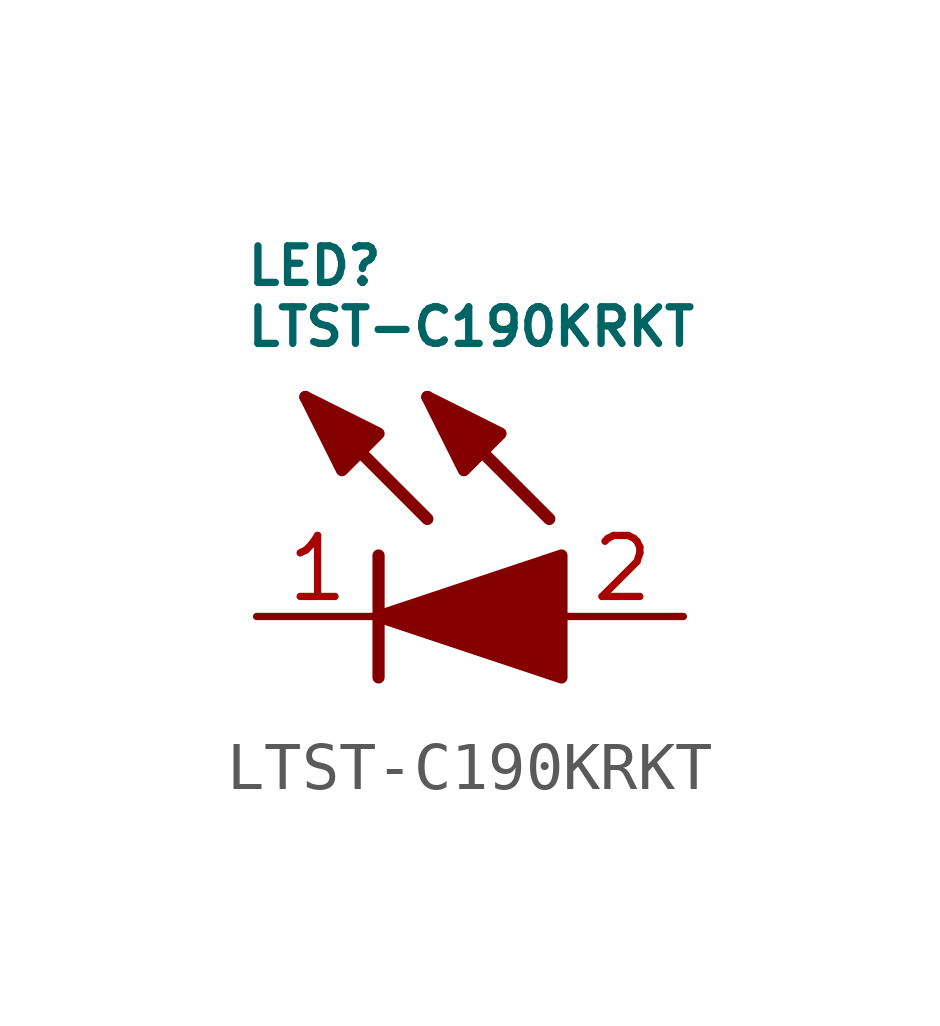
<source format=kicad_sym>
(kicad_symbol_lib
  (version 20231120)
  (generator "kicad_symbol_editor")
  (generator_version "8.0")
  (symbol "LTST-C190KRKT"
    (pin_names hide)
    (property "Reference" "LED"
      (at -0.254 6.858 0)
      (effects (font (size 0.762 0.762)) (justify left bottom)))
    (property "Value" "LTST-C190KRKT"
      (at -0.254 5.588 0)
      (effects (font (size 0.762 0.762)) (justify left bottom)))
    (symbol "LTST-C190KRKT_1_1"
      (polyline (pts (xy 2.54 1.27) (xy 2.54 -1.27)) (stroke (width 0.254) (type default)) (fill (type none)))
      (polyline (pts (xy 3.556 2.032) (xy 1.016 4.572)) (stroke (width 0.254) (type default)) (fill (type none)))
      (polyline (pts (xy 6.096 2.032) (xy 3.556 4.572)) (stroke (width 0.254) (type default)) (fill (type none)))
      (polyline (pts (xy 2.54 0) (xy 6.35 1.27) (xy 6.35 -1.27) (xy 2.54 0)) (stroke (width 0.254) (type default)) (fill (type outline)))
      (polyline (pts (xy 2.54 3.81) (xy 1.778 3.048) (xy 1.016 4.572) (xy 2.54 3.81)) (stroke (width 0.254) (type default)) (fill (type outline)))
      (polyline (pts (xy 5.08 3.81) (xy 4.318 3.048) (xy 3.556 4.572) (xy 5.08 3.81)) (stroke (width 0.254) (type default)) (fill (type outline)))
      (pin passive line (at 0 0 0) (length 2.54) (name "K" (effects (font (size 1.27 1.27)))) (number "1" (effects (font (size 1.27 1.27)))))
      (pin passive line (at 8.89 0 180) (length 2.54) (name "A" (effects (font (size 1.27 1.27)))) (number "2" (effects (font (size 1.27 1.27))))))))
</source>
